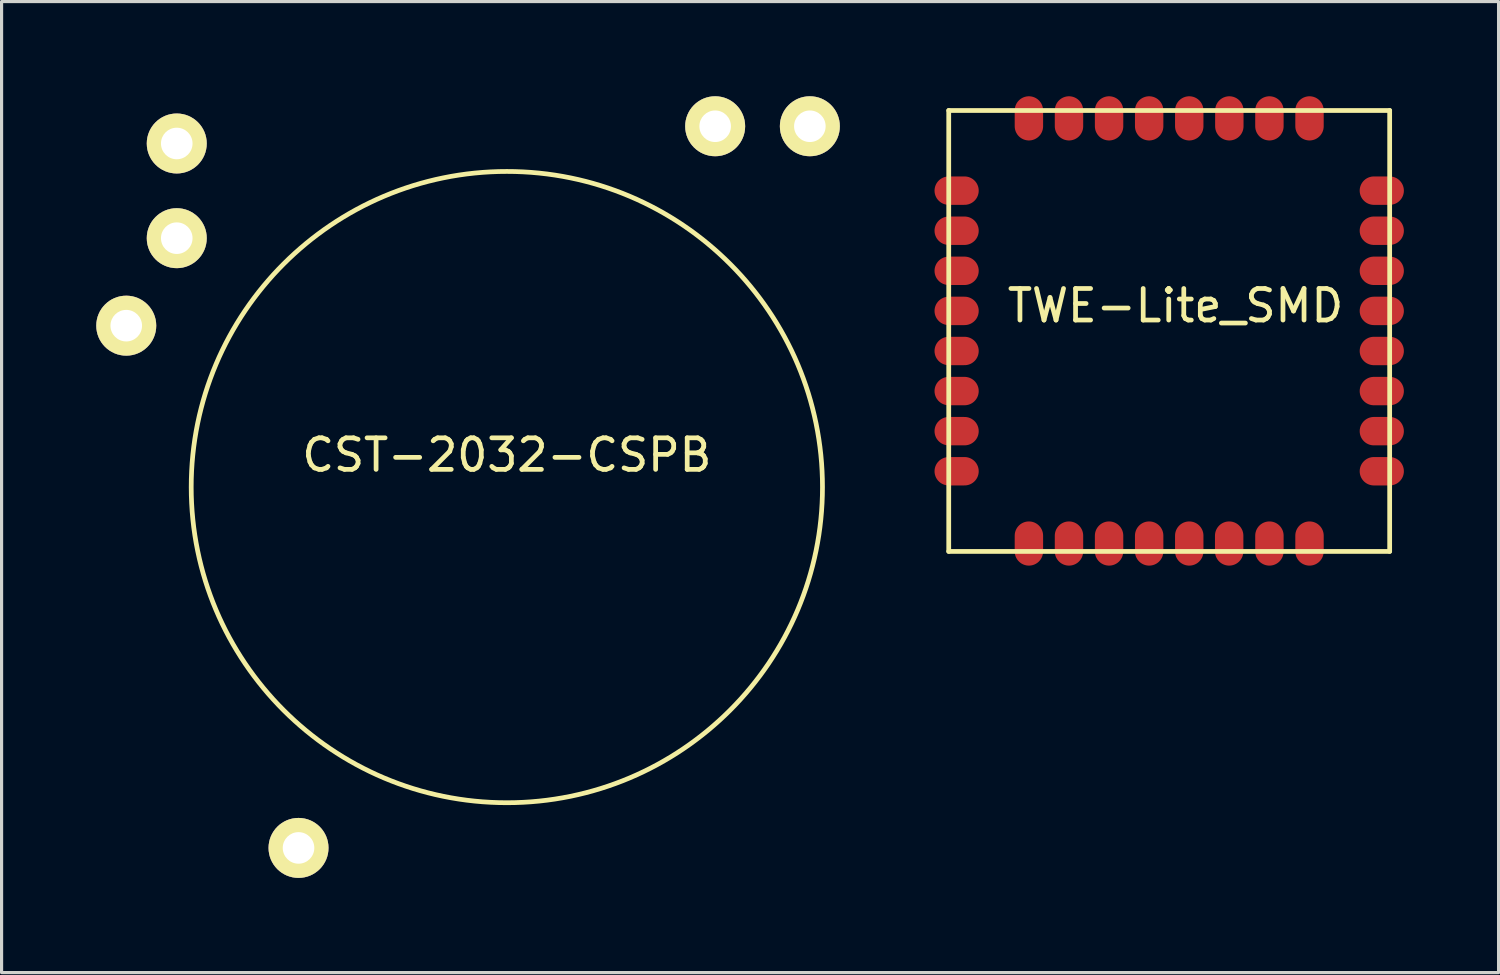
<source format=kicad_pcb>
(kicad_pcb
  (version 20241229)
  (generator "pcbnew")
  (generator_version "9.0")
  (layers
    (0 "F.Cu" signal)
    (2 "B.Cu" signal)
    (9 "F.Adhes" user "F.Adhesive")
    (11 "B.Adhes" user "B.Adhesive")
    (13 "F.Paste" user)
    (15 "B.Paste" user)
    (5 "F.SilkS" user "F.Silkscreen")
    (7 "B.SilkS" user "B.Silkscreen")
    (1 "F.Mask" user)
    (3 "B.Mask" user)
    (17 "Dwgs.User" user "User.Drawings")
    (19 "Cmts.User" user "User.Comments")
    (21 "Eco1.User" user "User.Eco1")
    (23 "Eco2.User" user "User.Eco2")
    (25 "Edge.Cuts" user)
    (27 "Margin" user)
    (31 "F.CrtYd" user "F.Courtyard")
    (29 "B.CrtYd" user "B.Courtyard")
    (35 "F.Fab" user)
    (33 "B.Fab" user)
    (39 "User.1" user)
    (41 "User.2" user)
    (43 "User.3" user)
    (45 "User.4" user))
  (footprint "TWE-Lite_SMD"
    (layer "F.Cu")
    (at 33.993 7.435)
    (property "Reference" "TWE-Lite_SMD" (at 0.2 -0.8 0) (layer "F.SilkS") (effects (font (size 1 1) (thickness 0.15))))
    (attr through_hole)
    (fp_line (start -6.985 -6.985) (end 6.985 -6.985) (stroke (width 0.15) (type solid)) (layer "F.SilkS"))
    (fp_line (start -6.985 6.985) (end -6.985 -6.985) (stroke (width 0.15) (type solid)) (layer "F.SilkS"))
    (fp_line (start 6.985 -6.985) (end 6.985 6.985) (stroke (width 0.15) (type solid)) (layer "F.SilkS"))
    (fp_line (start 6.985 6.985) (end -6.985 6.985) (stroke (width 0.15) (type solid)) (layer "F.SilkS"))
    (pad "1" smd oval (at -4.445 6.735) (size 0.9 1.4) (layers "F.Cu" "F.Mask" "F.Paste"))
    (pad "2" smd oval (at -3.175 6.735) (size 0.9 1.4) (layers "F.Cu" "F.Mask" "F.Paste"))
    (pad "3" smd oval (at -1.905 6.735) (size 0.9 1.4) (layers "F.Cu" "F.Mask" "F.Paste"))
    (pad "4" smd oval (at -0.635 6.735) (size 0.9 1.4) (layers "F.Cu" "F.Mask" "F.Paste"))
    (pad "5" smd oval (at 0.635 6.735) (size 0.9 1.4) (layers "F.Cu" "F.Mask" "F.Paste"))
    (pad "6" smd oval (at 1.9 6.735) (size 0.9 1.4) (layers "F.Cu" "F.Mask" "F.Paste"))
    (pad "7" smd oval (at 3.175 6.735) (size 0.9 1.4) (layers "F.Cu" "F.Mask" "F.Paste"))
    (pad "8" smd oval (at 4.445 6.735) (size 0.9 1.4) (layers "F.Cu" "F.Mask" "F.Paste"))
    (pad "9" smd oval (at 6.735 4.445) (size 1.4 0.9) (layers "F.Cu" "F.Mask" "F.Paste"))
    (pad "10" smd oval (at 6.735 3.175) (size 1.4 0.9) (layers "F.Cu" "F.Mask" "F.Paste"))
    (pad "11" smd oval (at 6.735 1.905) (size 1.4 0.9) (layers "F.Cu" "F.Mask" "F.Paste"))
    (pad "12" smd oval (at 6.735 0.635) (size 1.4 0.9) (layers "F.Cu" "F.Mask" "F.Paste"))
    (pad "13" smd oval (at 6.735 -0.635) (size 1.4 0.9) (layers "F.Cu" "F.Mask" "F.Paste"))
    (pad "14" smd oval (at 6.735 -1.905) (size 1.4 0.9) (layers "F.Cu" "F.Mask" "F.Paste"))
    (pad "15" smd oval (at 6.735 -3.175) (size 1.4 0.9) (layers "F.Cu" "F.Mask" "F.Paste"))
    (pad "16" smd oval (at 6.735 -4.445) (size 1.4 0.9) (layers "F.Cu" "F.Mask" "F.Paste"))
    (pad "17" smd oval (at 4.445 -6.735) (size 0.9 1.4) (layers "F.Cu" "F.Mask" "F.Paste"))
    (pad "18" smd oval (at 3.175 -6.735) (size 0.9 1.4) (layers "F.Cu" "F.Mask" "F.Paste"))
    (pad "19" smd oval (at 1.905 -6.735) (size 0.9 1.4) (layers "F.Cu" "F.Mask" "F.Paste"))
    (pad "20" smd oval (at 0.635 -6.735) (size 0.9 1.4) (layers "F.Cu" "F.Mask" "F.Paste"))
    (pad "21" smd oval (at -0.635 -6.735) (size 0.9 1.4) (layers "F.Cu" "F.Mask" "F.Paste"))
    (pad "22" smd oval (at -1.905 -6.735) (size 0.9 1.4) (layers "F.Cu" "F.Mask" "F.Paste"))
    (pad "23" smd oval (at -3.175 -6.735) (size 0.9 1.4) (layers "F.Cu" "F.Mask" "F.Paste"))
    (pad "24" smd oval (at -4.445 -6.735) (size 0.9 1.4) (layers "F.Cu" "F.Mask" "F.Paste"))
    (pad "25" smd oval (at -6.735 -4.445) (size 1.4 0.9) (layers "F.Cu" "F.Mask" "F.Paste"))
    (pad "26" smd oval (at -6.735 -3.175) (size 1.4 0.9) (layers "F.Cu" "F.Mask" "F.Paste"))
    (pad "27" smd oval (at -6.735 -1.905) (size 1.4 0.9) (layers "F.Cu" "F.Mask" "F.Paste"))
    (pad "28" smd oval (at -6.735 -0.635) (size 1.4 0.9) (layers "F.Cu" "F.Mask" "F.Paste"))
    (pad "29" smd oval (at -6.735 0.635) (size 1.4 0.9) (layers "F.Cu" "F.Mask" "F.Paste"))
    (pad "30" smd oval (at -6.735 1.905) (size 1.4 0.9) (layers "F.Cu" "F.Mask" "F.Paste"))
    (pad "31" smd oval (at -6.735 3.175) (size 1.4 0.9) (layers "F.Cu" "F.Mask" "F.Paste"))
    (pad "32" smd oval (at -6.735 4.445) (size 1.4 0.9) (layers "F.Cu" "F.Mask" "F.Paste")))
  (footprint "CST-2032-CSPB"
    (layer "F.Cu")
    (at 13.008 12.382)
    (property "Reference" "CST-2032-CSPB" (at 0 -1.016 0) (layer "F.SilkS") (effects (font (size 1 1) (thickness 0.15))))
    (attr through_hole)
    (fp_circle (center 0 0) (end 10 0) (stroke (width 0.15) (type solid)) (fill no) (layer "F.SilkS"))
    (pad "1" thru_hole circle (at -12.058 -5.114) (size 1.9 1.9) (drill 1) (layers "*.Cu" "*.Mask" "F.SilkS"))
    (pad "2" thru_hole circle (at -10.458 -7.886) (size 1.9 1.9) (drill 1) (layers "*.Cu" "*.Mask" "F.SilkS"))
    (pad "3" thru_hole circle (at -6.6 11.432) (size 1.9 1.9) (drill 1) (layers "*.Cu" "*.Mask" "F.SilkS"))
    (pad "4" thru_hole circle (at 6.6 -11.432) (size 1.9 1.9) (drill 1) (layers "*.Cu" "*.Mask" "F.SilkS"))
    (pad "5" thru_hole circle (at -10.458 -10.886) (size 1.9 1.9) (drill 1) (layers "*.Cu" "*.Mask" "F.SilkS"))
    (pad "6" thru_hole circle (at 9.6 -11.432) (size 1.9 1.9) (drill 1) (layers "*.Cu" "*.Mask" "F.SilkS")))
  (gr_rect
    (start -3 -3)
    (end 44.428 27.764)
    (stroke (width 0.1) (type default))
    (fill no)
    (layer "Edge.Cuts")))
</source>
